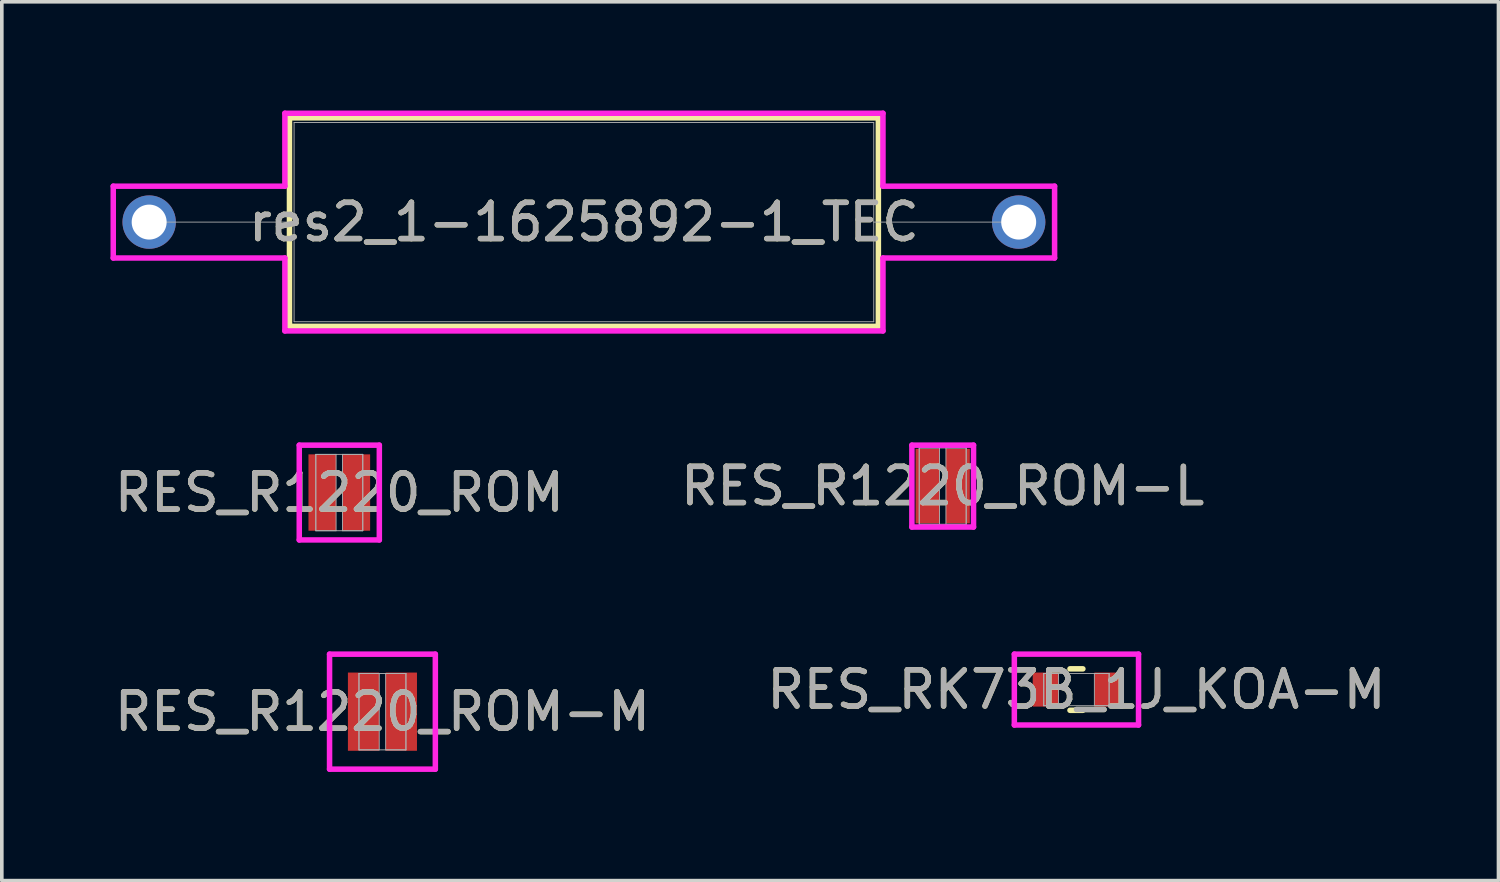
<source format=kicad_pcb>
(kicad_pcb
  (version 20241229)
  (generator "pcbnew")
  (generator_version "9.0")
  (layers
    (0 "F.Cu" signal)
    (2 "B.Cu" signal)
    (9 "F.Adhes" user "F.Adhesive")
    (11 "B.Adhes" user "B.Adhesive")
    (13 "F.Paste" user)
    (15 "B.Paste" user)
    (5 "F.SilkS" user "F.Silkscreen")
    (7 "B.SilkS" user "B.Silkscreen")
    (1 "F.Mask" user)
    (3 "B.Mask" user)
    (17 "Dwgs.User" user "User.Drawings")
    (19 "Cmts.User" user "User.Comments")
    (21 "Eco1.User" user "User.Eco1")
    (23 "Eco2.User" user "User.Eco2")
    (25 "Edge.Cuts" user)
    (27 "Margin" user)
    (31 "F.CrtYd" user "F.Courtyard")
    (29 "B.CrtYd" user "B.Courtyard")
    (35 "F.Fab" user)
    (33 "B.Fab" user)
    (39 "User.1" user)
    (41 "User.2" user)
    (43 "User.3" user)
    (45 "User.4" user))
  (footprint "res2_1-1625892-1_TEC"
    (layer "F.Cu")
    (at 1.067 3.08)
    (property "Reference" "res2_1-1625892-1_TEC" (at 12 0 0) (unlocked yes) (layer "F.SilkS") (effects (font (size 1 1) (thickness 0.15))))
    (attr through_hole)
    (fp_line (start 3.873 -2.877) (end 3.873 2.877) (stroke (width 0.152) (type solid)) (layer "F.SilkS"))
    (fp_line (start 3.873 2.877) (end 20.127 2.877) (stroke (width 0.152) (type solid)) (layer "F.SilkS"))
    (fp_line (start 20.127 -2.877) (end 3.873 -2.877) (stroke (width 0.152) (type solid)) (layer "F.SilkS"))
    (fp_line (start 20.127 2.877) (end 20.127 -2.877) (stroke (width 0.152) (type solid)) (layer "F.SilkS"))
    (fp_line (start -0.991 -0.991) (end 3.746 -0.991) (stroke (width 0.152) (type solid)) (layer "F.CrtYd"))
    (fp_line (start -0.991 0.991) (end -0.991 -0.991) (stroke (width 0.152) (type solid)) (layer "F.CrtYd"))
    (fp_line (start -0.991 0.991) (end 3.746 0.991) (stroke (width 0.152) (type solid)) (layer "F.CrtYd"))
    (fp_line (start 3.746 -3.004) (end 20.254 -3.004) (stroke (width 0.152) (type solid)) (layer "F.CrtYd"))
    (fp_line (start 3.746 -0.991) (end 3.746 -3.004) (stroke (width 0.152) (type solid)) (layer "F.CrtYd"))
    (fp_line (start 3.746 0.991) (end 3.746 3.004) (stroke (width 0.152) (type solid)) (layer "F.CrtYd"))
    (fp_line (start 3.746 3.004) (end 20.254 3.004) (stroke (width 0.152) (type solid)) (layer "F.CrtYd"))
    (fp_line (start 20.254 -3.004) (end 20.254 -0.991) (stroke (width 0.152) (type solid)) (layer "F.CrtYd"))
    (fp_line (start 20.254 -0.991) (end 24.991 -0.991) (stroke (width 0.152) (type solid)) (layer "F.CrtYd"))
    (fp_line (start 20.254 0.991) (end 24.991 0.991) (stroke (width 0.152) (type solid)) (layer "F.CrtYd"))
    (fp_line (start 20.254 3.004) (end 20.254 0.991) (stroke (width 0.152) (type solid)) (layer "F.CrtYd"))
    (fp_line (start 24.991 -0.991) (end 24.991 0.991) (stroke (width 0.152) (type solid)) (layer "F.CrtYd"))
    (fp_line (start -0.000002 0) (end 4 0) (stroke (width 0.025) (type solid)) (layer "F.Fab"))
    (fp_line (start 4 -2.75) (end 4 2.75) (stroke (width 0.025) (type solid)) (layer "F.Fab"))
    (fp_line (start 4 2.75) (end 20 2.75) (stroke (width 0.025) (type solid)) (layer "F.Fab"))
    (fp_line (start 20 -2.75) (end 4 -2.75) (stroke (width 0.025) (type solid)) (layer "F.Fab"))
    (fp_line (start 20 2.75) (end 20 -2.75) (stroke (width 0.025) (type solid)) (layer "F.Fab"))
    (fp_line (start 24 0) (end 20 0) (stroke (width 0.025) (type solid)) (layer "F.Fab"))
    (fp_text user "${REFERENCE}" (at 12 0 0) (unlocked yes) (layer "F.Fab") (effects (font (size 1 1) (thickness 0.15))))
    (pad "1" thru_hole circle (at -0.000002 0) (size 1.473 1.473) (drill 0.965) (layers "*.Cu" "*.Mask"))
    (pad "2" thru_hole circle (at 24 0) (size 1.473 1.473) (drill 0.965) (layers "*.Cu" "*.Mask")))
  (footprint "RES_RK73B_1J_KOA-M"
    (layer "F.Cu")
    (at 26.661 15.983)
    (property "Reference" "RES_RK73B_1J_KOA-M" (at 0 0 0) (unlocked yes) (layer "F.SilkS") (effects (font (size 1 1) (thickness 0.15))))
    (attr smd)
    (fp_line (start -0.178 0.572) (end 0.178 0.572) (stroke (width 0.152) (type solid)) (layer "F.SilkS"))
    (fp_line (start 0.178 -0.572) (end -0.178 -0.572) (stroke (width 0.152) (type solid)) (layer "F.SilkS"))
    (fp_line (start -1.714 -0.978) (end 1.714 -0.978) (stroke (width 0.152) (type solid)) (layer "F.CrtYd"))
    (fp_line (start -1.714 0.978) (end -1.714 -0.978) (stroke (width 0.152) (type solid)) (layer "F.CrtYd"))
    (fp_line (start 1.714 -0.978) (end 1.714 0.978) (stroke (width 0.152) (type solid)) (layer "F.CrtYd"))
    (fp_line (start 1.714 0.978) (end -1.714 0.978) (stroke (width 0.152) (type solid)) (layer "F.CrtYd"))
    (fp_line (start -0.902 -0.445) (end -0.902 0.445) (stroke (width 0.025) (type solid)) (layer "F.Fab"))
    (fp_line (start -0.902 -0.445) (end -0.902 0.445) (stroke (width 0.025) (type solid)) (layer "F.Fab"))
    (fp_line (start -0.902 0.445) (end -0.495 0.445) (stroke (width 0.025) (type solid)) (layer "F.Fab"))
    (fp_line (start -0.902 0.445) (end 0.902 0.445) (stroke (width 0.025) (type solid)) (layer "F.Fab"))
    (fp_line (start -0.495 -0.445) (end -0.902 -0.445) (stroke (width 0.025) (type solid)) (layer "F.Fab"))
    (fp_line (start -0.495 0.445) (end -0.495 -0.445) (stroke (width 0.025) (type solid)) (layer "F.Fab"))
    (fp_line (start 0.495 -0.445) (end 0.495 0.445) (stroke (width 0.025) (type solid)) (layer "F.Fab"))
    (fp_line (start 0.495 0.445) (end 0.902 0.445) (stroke (width 0.025) (type solid)) (layer "F.Fab"))
    (fp_line (start 0.902 -0.445) (end -0.902 -0.445) (stroke (width 0.025) (type solid)) (layer "F.Fab"))
    (fp_line (start 0.902 -0.445) (end 0.495 -0.445) (stroke (width 0.025) (type solid)) (layer "F.Fab"))
    (fp_line (start 0.902 0.445) (end 0.902 -0.445) (stroke (width 0.025) (type solid)) (layer "F.Fab"))
    (fp_line (start 0.902 0.445) (end 0.902 -0.445) (stroke (width 0.025) (type solid)) (layer "F.Fab"))
    (fp_text user "${REFERENCE}" (at 0 0 0) (unlocked yes) (layer "F.Fab") (effects (font (size 1 1) (thickness 0.15))))
    (pad "1" smd rect (at -0.851 0) (size 0.711 0.94) (layers "F.Cu" "F.Mask" "F.Paste"))
    (pad "2" smd rect (at 0.851 0) (size 0.711 0.94) (layers "F.Cu" "F.Mask" "F.Paste"))
    (zone (net_name "") (layer "F.Cu") (hatch full 0.508) (connect_pads) (min_thickness 0.254) (filled_areas_thickness no) (keepout (tracks not_allowed) (vias not_allowed) (pads allowed) (copperpour not_allowed) (footprints allowed)) (placement (enabled no)) (fill) (polygon (pts (xy 26.216 15.589) (xy 27.105 15.589) (xy 27.105 16.377) (xy 26.216 16.377)))))
  (footprint "RES_R1220_ROM"
    (layer "F.Cu")
    (at 6.315 10.545)
    (property "Reference" "RES_R1220_ROM" (at 0 0 0) (unlocked yes) (layer "F.SilkS") (effects (font (size 1 1) (thickness 0.15))))
    (attr smd)
    (fp_line (start -1.105 -1.308) (end 1.105 -1.308) (stroke (width 0.152) (type solid)) (layer "F.CrtYd"))
    (fp_line (start -1.105 1.308) (end -1.105 -1.308) (stroke (width 0.152) (type solid)) (layer "F.CrtYd"))
    (fp_line (start 1.105 -1.308) (end 1.105 1.308) (stroke (width 0.152) (type solid)) (layer "F.CrtYd"))
    (fp_line (start 1.105 1.308) (end -1.105 1.308) (stroke (width 0.152) (type solid)) (layer "F.CrtYd"))
    (fp_line (start -0.648 -1.054) (end -0.648 1.054) (stroke (width 0.025) (type solid)) (layer "F.Fab"))
    (fp_line (start -0.648 -1.054) (end -0.648 1.054) (stroke (width 0.025) (type solid)) (layer "F.Fab"))
    (fp_line (start -0.648 1.054) (end -0.089 1.054) (stroke (width 0.025) (type solid)) (layer "F.Fab"))
    (fp_line (start -0.648 1.054) (end 0.648 1.054) (stroke (width 0.025) (type solid)) (layer "F.Fab"))
    (fp_line (start -0.089 -1.054) (end -0.648 -1.054) (stroke (width 0.025) (type solid)) (layer "F.Fab"))
    (fp_line (start -0.089 1.054) (end -0.089 -1.054) (stroke (width 0.025) (type solid)) (layer "F.Fab"))
    (fp_line (start 0.089 -1.054) (end 0.089 1.054) (stroke (width 0.025) (type solid)) (layer "F.Fab"))
    (fp_line (start 0.089 1.054) (end 0.648 1.054) (stroke (width 0.025) (type solid)) (layer "F.Fab"))
    (fp_line (start 0.648 -1.054) (end -0.648 -1.054) (stroke (width 0.025) (type solid)) (layer "F.Fab"))
    (fp_line (start 0.648 -1.054) (end 0.089 -1.054) (stroke (width 0.025) (type solid)) (layer "F.Fab"))
    (fp_line (start 0.648 1.054) (end 0.648 -1.054) (stroke (width 0.025) (type solid)) (layer "F.Fab"))
    (fp_line (start 0.648 1.054) (end 0.648 -1.054) (stroke (width 0.025) (type solid)) (layer "F.Fab"))
    (fp_text user "${REFERENCE}" (at 0 0 0) (unlocked yes) (layer "F.Fab") (effects (font (size 1 1) (thickness 0.15))))
    (pad "1" smd rect (at -0.47 0) (size 0.762 2.108) (layers "F.Cu" "F.Mask" "F.Paste"))
    (pad "2" smd rect (at 0.47 0) (size 0.762 2.108) (layers "F.Cu" "F.Mask" "F.Paste"))
    (zone (net_name "") (layer "F.Cu") (hatch full 0.508) (connect_pads) (min_thickness 0.254) (filled_areas_thickness no) (keepout (tracks not_allowed) (vias not_allowed) (pads allowed) (copperpour not_allowed) (footprints allowed)) (placement (enabled no)) (fill) (polygon (pts (xy 6.277 9.541) (xy 6.354 9.541) (xy 6.354 11.548) (xy 6.277 11.548)))))
  (footprint "RES_R1220_ROM-L"
    (layer "F.Cu")
    (at 22.97 10.367)
    (property "Reference" "RES_R1220_ROM-L" (at 0 0 0) (unlocked yes) (layer "F.SilkS") (effects (font (size 1 1) (thickness 0.15))))
    (attr smd)
    (fp_line (start -0.851 -1.13) (end 0.851 -1.13) (stroke (width 0.152) (type solid)) (layer "F.CrtYd"))
    (fp_line (start -0.851 1.13) (end -0.851 -1.13) (stroke (width 0.152) (type solid)) (layer "F.CrtYd"))
    (fp_line (start 0.851 -1.13) (end 0.851 1.13) (stroke (width 0.152) (type solid)) (layer "F.CrtYd"))
    (fp_line (start 0.851 1.13) (end -0.851 1.13) (stroke (width 0.152) (type solid)) (layer "F.CrtYd"))
    (fp_line (start -0.648 -1.054) (end -0.648 1.054) (stroke (width 0.025) (type solid)) (layer "F.Fab"))
    (fp_line (start -0.648 -1.054) (end -0.648 1.054) (stroke (width 0.025) (type solid)) (layer "F.Fab"))
    (fp_line (start -0.648 1.054) (end -0.089 1.054) (stroke (width 0.025) (type solid)) (layer "F.Fab"))
    (fp_line (start -0.648 1.054) (end 0.648 1.054) (stroke (width 0.025) (type solid)) (layer "F.Fab"))
    (fp_line (start -0.089 -1.054) (end -0.648 -1.054) (stroke (width 0.025) (type solid)) (layer "F.Fab"))
    (fp_line (start -0.089 1.054) (end -0.089 -1.054) (stroke (width 0.025) (type solid)) (layer "F.Fab"))
    (fp_line (start 0.089 -1.054) (end 0.089 1.054) (stroke (width 0.025) (type solid)) (layer "F.Fab"))
    (fp_line (start 0.089 1.054) (end 0.648 1.054) (stroke (width 0.025) (type solid)) (layer "F.Fab"))
    (fp_line (start 0.648 -1.054) (end -0.648 -1.054) (stroke (width 0.025) (type solid)) (layer "F.Fab"))
    (fp_line (start 0.648 -1.054) (end 0.089 -1.054) (stroke (width 0.025) (type solid)) (layer "F.Fab"))
    (fp_line (start 0.648 1.054) (end 0.648 -1.054) (stroke (width 0.025) (type solid)) (layer "F.Fab"))
    (fp_line (start 0.648 1.054) (end 0.648 -1.054) (stroke (width 0.025) (type solid)) (layer "F.Fab"))
    (fp_text user "${REFERENCE}" (at 0 0 0) (unlocked yes) (layer "F.Fab") (effects (font (size 1 1) (thickness 0.15))))
    (pad "1" smd rect (at -0.419 0) (size 0.66 2.057) (layers "F.Cu" "F.Mask" "F.Paste"))
    (pad "2" smd rect (at 0.419 0) (size 0.66 2.057) (layers "F.Cu" "F.Mask" "F.Paste"))
    (zone (net_name "") (layer "F.Cu") (hatch full 0.508) (connect_pads) (min_thickness 0.254) (filled_areas_thickness no) (keepout (tracks not_allowed) (vias not_allowed) (pads allowed) (copperpour not_allowed) (footprints allowed)) (placement (enabled no)) (fill) (polygon (pts (xy 22.932 9.364) (xy 23.008 9.364) (xy 23.008 11.37) (xy 22.932 11.37)))))
  (footprint "RES_R1220_ROM-M"
    (layer "F.Cu")
    (at 7.506 16.593)
    (property "Reference" "RES_R1220_ROM-M" (at 0 0 0) (unlocked yes) (layer "F.SilkS") (effects (font (size 1 1) (thickness 0.15))))
    (attr smd)
    (fp_line (start -1.46 -1.587) (end 1.46 -1.587) (stroke (width 0.152) (type solid)) (layer "F.CrtYd"))
    (fp_line (start -1.46 1.587) (end -1.46 -1.587) (stroke (width 0.152) (type solid)) (layer "F.CrtYd"))
    (fp_line (start 1.46 -1.587) (end 1.46 1.587) (stroke (width 0.152) (type solid)) (layer "F.CrtYd"))
    (fp_line (start 1.46 1.587) (end -1.46 1.587) (stroke (width 0.152) (type solid)) (layer "F.CrtYd"))
    (fp_line (start -0.648 -1.054) (end -0.648 1.054) (stroke (width 0.025) (type solid)) (layer "F.Fab"))
    (fp_line (start -0.648 -1.054) (end -0.648 1.054) (stroke (width 0.025) (type solid)) (layer "F.Fab"))
    (fp_line (start -0.648 1.054) (end -0.089 1.054) (stroke (width 0.025) (type solid)) (layer "F.Fab"))
    (fp_line (start -0.648 1.054) (end 0.648 1.054) (stroke (width 0.025) (type solid)) (layer "F.Fab"))
    (fp_line (start -0.089 -1.054) (end -0.648 -1.054) (stroke (width 0.025) (type solid)) (layer "F.Fab"))
    (fp_line (start -0.089 1.054) (end -0.089 -1.054) (stroke (width 0.025) (type solid)) (layer "F.Fab"))
    (fp_line (start 0.089 -1.054) (end 0.089 1.054) (stroke (width 0.025) (type solid)) (layer "F.Fab"))
    (fp_line (start 0.089 1.054) (end 0.648 1.054) (stroke (width 0.025) (type solid)) (layer "F.Fab"))
    (fp_line (start 0.648 -1.054) (end -0.648 -1.054) (stroke (width 0.025) (type solid)) (layer "F.Fab"))
    (fp_line (start 0.648 -1.054) (end 0.089 -1.054) (stroke (width 0.025) (type solid)) (layer "F.Fab"))
    (fp_line (start 0.648 1.054) (end 0.648 -1.054) (stroke (width 0.025) (type solid)) (layer "F.Fab"))
    (fp_line (start 0.648 1.054) (end 0.648 -1.054) (stroke (width 0.025) (type solid)) (layer "F.Fab"))
    (fp_text user "${REFERENCE}" (at 0 0 0) (unlocked yes) (layer "F.Fab") (effects (font (size 1 1) (thickness 0.15))))
    (pad "1" smd rect (at -0.521 0) (size 0.864 2.159) (layers "F.Cu" "F.Mask" "F.Paste"))
    (pad "2" smd rect (at 0.521 0) (size 0.864 2.159) (layers "F.Cu" "F.Mask" "F.Paste"))
    (zone (net_name "") (layer "F.Cu") (hatch full 0.508) (connect_pads) (min_thickness 0.254) (filled_areas_thickness no) (keepout (tracks not_allowed) (vias not_allowed) (pads allowed) (copperpour not_allowed) (footprints allowed)) (placement (enabled no)) (fill) (polygon (pts (xy 7.468 15.589) (xy 7.544 15.589) (xy 7.544 17.596) (xy 7.468 17.596)))))
  (gr_rect
    (start -3 -3)
    (end 38.31 21.256)
    (stroke (width 0.1) (type default))
    (fill no)
    (layer "Edge.Cuts")))
</source>
